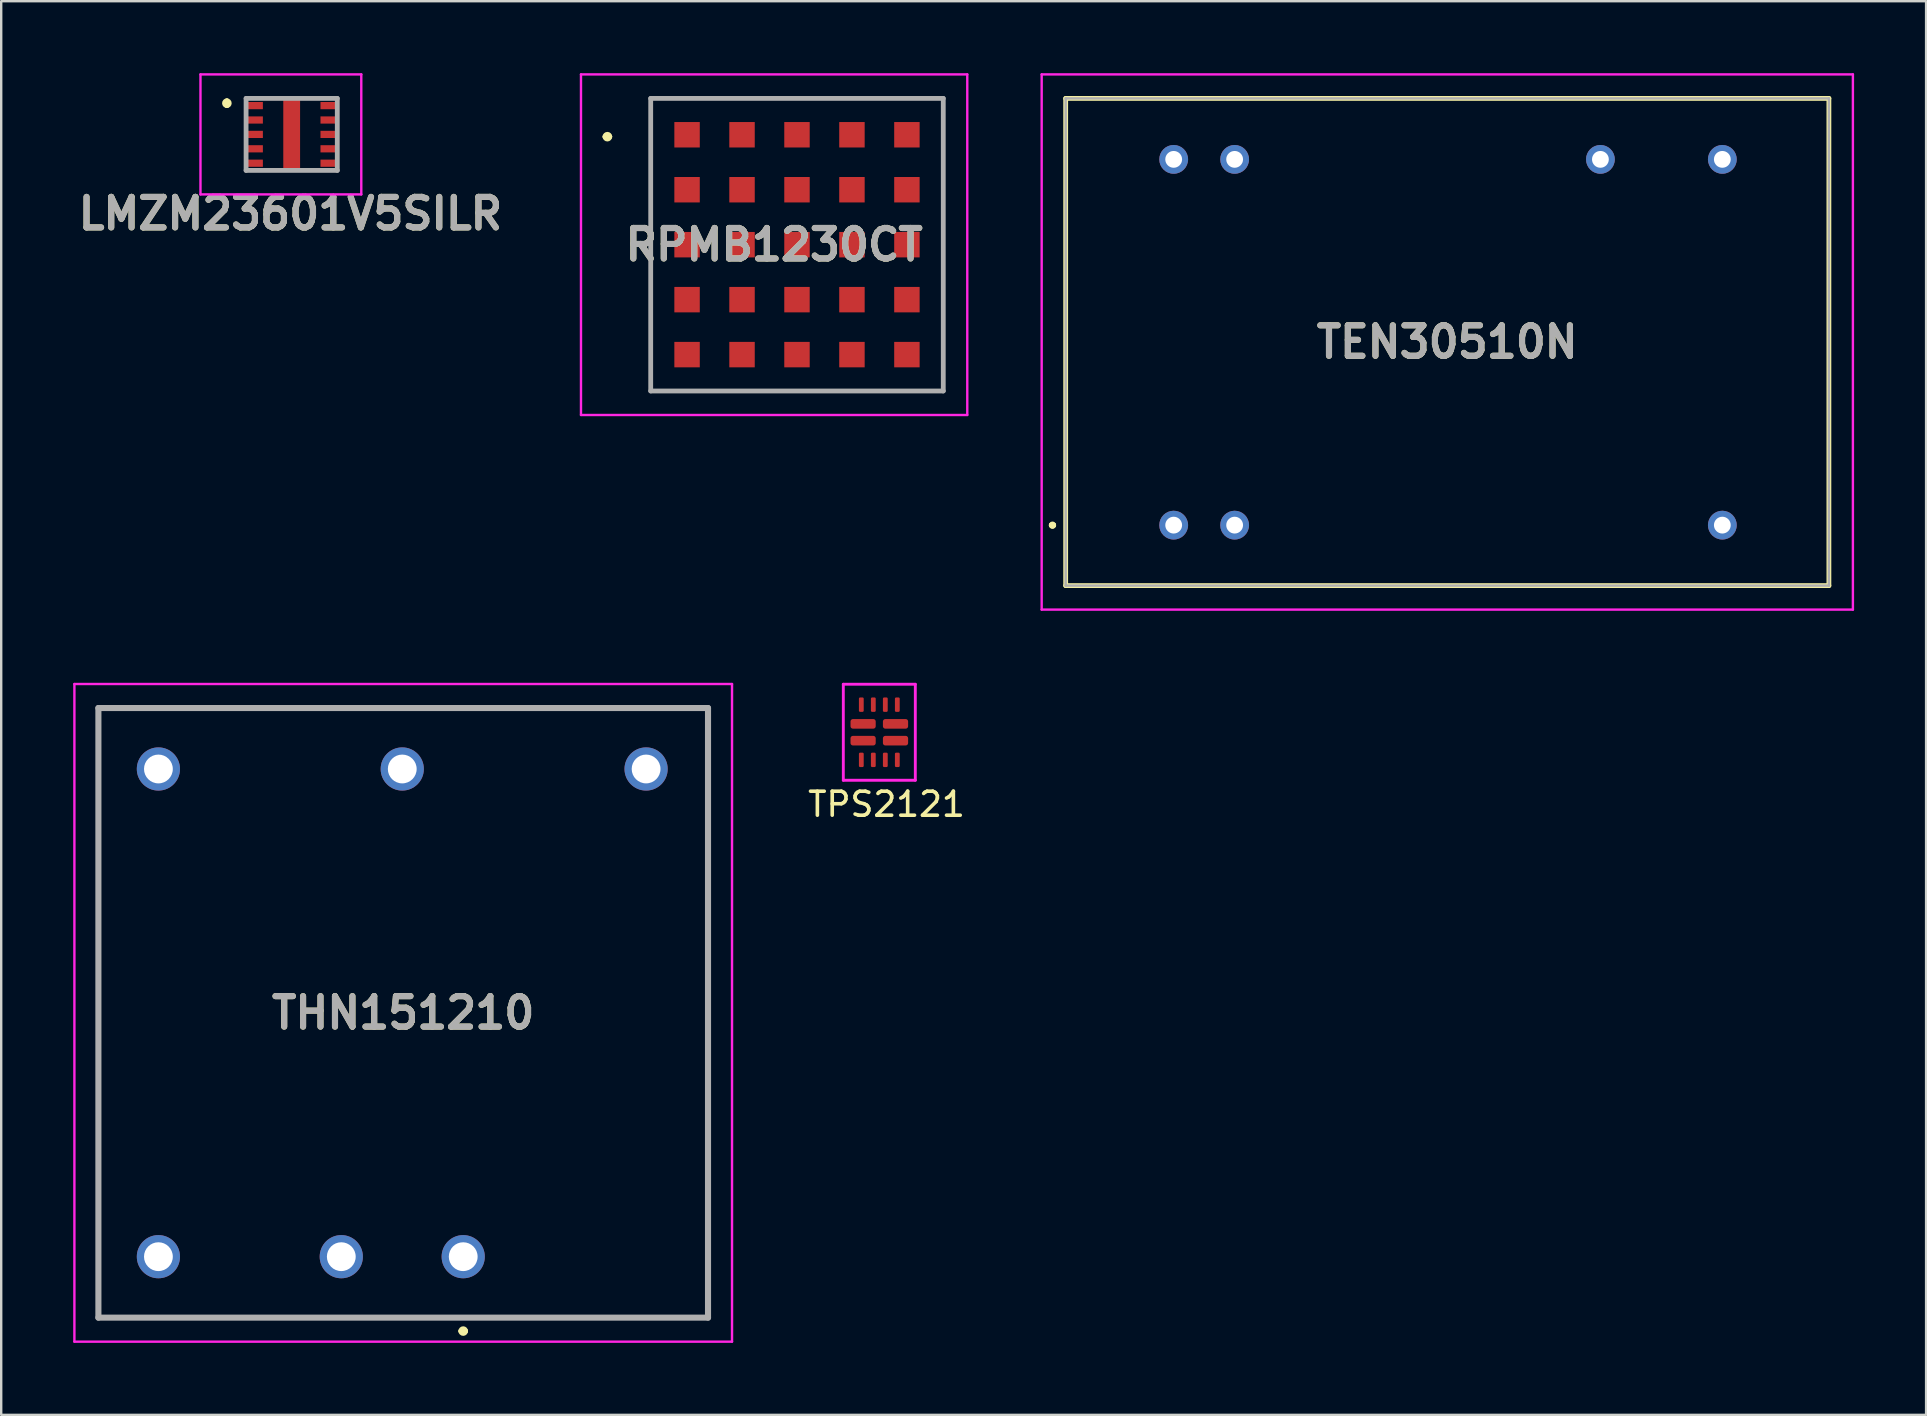
<source format=kicad_pcb>
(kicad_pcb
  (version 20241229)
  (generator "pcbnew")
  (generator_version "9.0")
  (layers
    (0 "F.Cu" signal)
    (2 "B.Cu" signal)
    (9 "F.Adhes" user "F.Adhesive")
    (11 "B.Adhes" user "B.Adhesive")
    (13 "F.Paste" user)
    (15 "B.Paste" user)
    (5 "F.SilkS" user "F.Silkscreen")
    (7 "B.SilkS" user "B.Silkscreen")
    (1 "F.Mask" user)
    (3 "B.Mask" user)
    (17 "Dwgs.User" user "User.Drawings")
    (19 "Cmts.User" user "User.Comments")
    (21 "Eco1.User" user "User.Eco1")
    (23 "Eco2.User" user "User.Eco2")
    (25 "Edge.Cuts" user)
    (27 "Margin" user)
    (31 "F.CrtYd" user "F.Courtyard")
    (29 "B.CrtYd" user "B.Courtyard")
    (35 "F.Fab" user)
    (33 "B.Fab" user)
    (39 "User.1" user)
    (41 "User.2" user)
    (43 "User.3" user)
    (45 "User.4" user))
  (footprint "LMZM23601V5SILR"
    (layer "F.Cu")
    (at 8.653 2.55)
    (property "Reference" "LMZM23601V5SILR" (at 0.4 3.3 0) (layer "F.SilkS") (effects (font (size 1.27 1.27) (thickness 0.254))))
    (attr smd)
    (fp_line (start -2.25 -1.4) (end -2.25 -1.4) (stroke (width 0.2) (type solid)) (layer "F.SilkS"))
    (fp_line (start -2.25 -1.2) (end -2.25 -1.2) (stroke (width 0.2) (type solid)) (layer "F.SilkS"))
    (fp_line (start -0.55 -1.5) (end -0.05 -1.5) (stroke (width 0.1) (type solid)) (layer "F.SilkS"))
    (fp_line (start -0.55 1.5) (end -0.05 1.5) (stroke (width 0.1) (type solid)) (layer "F.SilkS"))
    (fp_line (start 0.95 -1.5) (end 1.45 -1.5) (stroke (width 0.1) (type solid)) (layer "F.SilkS"))
    (fp_line (start 0.95 1.5) (end 1.45 1.5) (stroke (width 0.1) (type solid)) (layer "F.SilkS"))
    (fp_arc (start -2.25 -1.4) (mid -2.15 -1.3) (end -2.25 -1.2) (stroke (width 0.2) (type solid)) (layer "F.SilkS"))
    (fp_arc (start -2.25 -1.2) (mid -2.35 -1.3) (end -2.25 -1.4) (stroke (width 0.2) (type solid)) (layer "F.SilkS"))
    (fp_line (start -3.35 -2.5) (end 3.35 -2.5) (stroke (width 0.1) (type solid)) (layer "F.CrtYd"))
    (fp_line (start -3.35 2.5) (end -3.35 -2.5) (stroke (width 0.1) (type solid)) (layer "F.CrtYd"))
    (fp_line (start 3.35 -2.5) (end 3.35 2.5) (stroke (width 0.1) (type solid)) (layer "F.CrtYd"))
    (fp_line (start 3.35 2.5) (end -3.35 2.5) (stroke (width 0.1) (type solid)) (layer "F.CrtYd"))
    (fp_line (start -1.45 -1.5) (end 2.35 -1.5) (stroke (width 0.2) (type solid)) (layer "F.Fab"))
    (fp_line (start -1.45 1.5) (end -1.45 -1.5) (stroke (width 0.2) (type solid)) (layer "F.Fab"))
    (fp_line (start 2.35 -1.5) (end 2.35 1.5) (stroke (width 0.2) (type solid)) (layer "F.Fab"))
    (fp_line (start 2.35 1.5) (end -1.45 1.5) (stroke (width 0.2) (type solid)) (layer "F.Fab"))
    (fp_text user "${REFERENCE}" (at 0.4 3.3 0) (layer "F.Fab") (effects (font (size 1.27 1.27) (thickness 0.254))))
    (pad "1" smd rect (at -1.075 -1.2 90) (size 0.3 0.65) (layers "F.Cu" "F.Mask" "F.Paste"))
    (pad "2" smd rect (at -1.075 -0.6 90) (size 0.3 0.65) (layers "F.Cu" "F.Mask" "F.Paste"))
    (pad "3" smd rect (at -1.075 0 90) (size 0.3 0.65) (layers "F.Cu" "F.Mask" "F.Paste"))
    (pad "4" smd rect (at -1.075 0.6 90) (size 0.3 0.65) (layers "F.Cu" "F.Mask" "F.Paste"))
    (pad "5" smd rect (at -1.075 1.2 90) (size 0.3 0.65) (layers "F.Cu" "F.Mask" "F.Paste"))
    (pad "6" smd rect (at 1.975 1.2 90) (size 0.3 0.65) (layers "F.Cu" "F.Mask" "F.Paste"))
    (pad "7" smd rect (at 1.975 0.6 90) (size 0.3 0.65) (layers "F.Cu" "F.Mask" "F.Paste"))
    (pad "8" smd rect (at 1.975 0 90) (size 0.3 0.65) (layers "F.Cu" "F.Mask" "F.Paste"))
    (pad "9" smd rect (at 1.975 -0.6 90) (size 0.3 0.65) (layers "F.Cu" "F.Mask" "F.Paste"))
    (pad "10" smd rect (at 1.975 -1.2 90) (size 0.3 0.65) (layers "F.Cu" "F.Mask" "F.Paste"))
    (pad "11" smd rect (at 0.45 0) (size 0.7 2.9) (layers "F.Cu" "F.Mask" "F.Paste")))
  (footprint "TPS2121"
    (layer "F.Cu")
    (at 33.587 27.46)
    (property "Reference" "TPS2121" (at 0.3 3 0) (layer "F.SilkS") (effects (font (size 1 1) (thickness 0.15))))
    (attr through_hole)
    (fp_line (start -1.5 -2) (end 1.5 -2) (stroke (width 0.12) (type solid)) (layer "F.CrtYd"))
    (fp_line (start -1.5 2) (end -1.5 -2) (stroke (width 0.12) (type solid)) (layer "F.CrtYd"))
    (fp_line (start 1.5 -2) (end 1.5 2) (stroke (width 0.12) (type solid)) (layer "F.CrtYd"))
    (fp_line (start 1.5 2) (end -1.5 2) (stroke (width 0.12) (type solid)) (layer "F.CrtYd"))
    (pad "1" smd roundrect (at -0.675 -0.35) (size 1.05 0.4) (layers "F.Cu" "F.Mask" "F.Paste") (roundrect_rratio 0.25))
    (pad "2" smd roundrect (at -0.675 0.35) (size 1.05 0.4) (layers "F.Cu" "F.Mask" "F.Paste") (roundrect_rratio 0.25))
    (pad "3" smd roundrect (at -0.75 1.15) (size 0.2 0.6) (layers "F.Cu" "F.Mask" "F.Paste") (roundrect_rratio 0.25))
    (pad "4" smd roundrect (at -0.25 1.15) (size 0.2 0.6) (layers "F.Cu" "F.Mask" "F.Paste") (roundrect_rratio 0.25))
    (pad "5" smd roundrect (at 0.25 1.15) (size 0.2 0.6) (layers "F.Cu" "F.Mask" "F.Paste") (roundrect_rratio 0.25))
    (pad "6" smd roundrect (at 0.75 1.15) (size 0.2 0.6) (layers "F.Cu" "F.Mask" "F.Paste") (roundrect_rratio 0.25))
    (pad "7" smd roundrect (at 0.675 0.35) (size 1.05 0.4) (layers "F.Cu" "F.Mask" "F.Paste") (roundrect_rratio 0.25))
    (pad "8" smd roundrect (at 0.675 -0.35) (size 1.05 0.4) (layers "F.Cu" "F.Mask" "F.Paste") (roundrect_rratio 0.25))
    (pad "9" smd roundrect (at 0.75 -1.15) (size 0.2 0.6) (layers "F.Cu" "F.Mask" "F.Paste") (roundrect_rratio 0.25))
    (pad "10" smd roundrect (at 0.25 -1.15) (size 0.2 0.6) (layers "F.Cu" "F.Mask" "F.Paste") (roundrect_rratio 0.25))
    (pad "11" smd roundrect (at -0.25 -1.15) (size 0.2 0.6) (layers "F.Cu" "F.Mask" "F.Paste") (roundrect_rratio 0.25))
    (pad "12" smd roundrect (at -0.75 -1.15) (size 0.2 0.6) (layers "F.Cu" "F.Mask" "F.Paste") (roundrect_rratio 0.25)))
  (footprint "THN151210"
    (layer "F.Cu")
    (at 16.25 49.31)
    (property "Reference" "THN151210" (at -2.5 -10.16 0) (layer "F.SilkS") (effects (font (size 1.27 1.27) (thickness 0.254))))
    (attr through_hole)
    (fp_line (start -15.2 -22.86) (end 10.16 -22.86) (stroke (width 0.1) (type solid)) (layer "F.SilkS"))
    (fp_line (start -15.2 2.54) (end -15.2 -22.86) (stroke (width 0.1) (type solid)) (layer "F.SilkS"))
    (fp_line (start -0.1 3.1) (end -0.1 3.1) (stroke (width 0.2) (type solid)) (layer "F.SilkS"))
    (fp_line (start 0.1 3.1) (end 0.1 3.1) (stroke (width 0.2) (type solid)) (layer "F.SilkS"))
    (fp_line (start 10.16 -22.86) (end 10.16 2.54) (stroke (width 0.1) (type solid)) (layer "F.SilkS"))
    (fp_line (start 10.16 2.54) (end -15.2 2.54) (stroke (width 0.1) (type solid)) (layer "F.SilkS"))
    (fp_arc (start -0.1 3.1) (mid 0 3) (end 0.1 3.1) (stroke (width 0.2) (type solid)) (layer "F.SilkS"))
    (fp_arc (start 0.1 3.1) (mid 0 3.2) (end -0.1 3.1) (stroke (width 0.2) (type solid)) (layer "F.SilkS"))
    (fp_line (start -16.2 -23.86) (end 11.2 -23.86) (stroke (width 0.1) (type solid)) (layer "F.CrtYd"))
    (fp_line (start -16.2 3.54) (end -16.2 -23.86) (stroke (width 0.1) (type solid)) (layer "F.CrtYd"))
    (fp_line (start 11.2 -23.86) (end 11.2 3.54) (stroke (width 0.1) (type solid)) (layer "F.CrtYd"))
    (fp_line (start 11.2 3.54) (end -16.2 3.54) (stroke (width 0.1) (type solid)) (layer "F.CrtYd"))
    (fp_line (start -15.2 -22.86) (end 10.2 -22.86) (stroke (width 0.254) (type solid)) (layer "F.Fab"))
    (fp_line (start -15.2 2.54) (end -15.2 -22.86) (stroke (width 0.254) (type solid)) (layer "F.Fab"))
    (fp_line (start 10.2 -22.86) (end 10.2 2.54) (stroke (width 0.254) (type solid)) (layer "F.Fab"))
    (fp_line (start 10.2 2.54) (end -15.2 2.54) (stroke (width 0.254) (type solid)) (layer "F.Fab"))
    (fp_text user "${REFERENCE}" (at -2.5 -10.16 0) (layer "F.Fab") (effects (font (size 1.27 1.27) (thickness 0.254))))
    (pad "1" thru_hole circle (at 0 0) (size 1.8 1.8) (drill 1.2) (layers "*.Cu" "*.Mask"))
    (pad "2" thru_hole circle (at -5.08 0) (size 1.8 1.8) (drill 1.2) (layers "*.Cu" "*.Mask"))
    (pad "3" thru_hole circle (at 7.62 -20.32) (size 1.8 1.8) (drill 1.2) (layers "*.Cu" "*.Mask"))
    (pad "4" thru_hole circle (at -2.54 -20.32) (size 1.8 1.8) (drill 1.2) (layers "*.Cu" "*.Mask"))
    (pad "5" thru_hole circle (at -12.7 -20.32) (size 1.8 1.8) (drill 1.2) (layers "*.Cu" "*.Mask"))
    (pad "6" thru_hole circle (at -12.7 0) (size 1.8 1.8) (drill 1.2) (layers "*.Cu" "*.Mask")))
  (footprint "TEN30510N"
    (layer "F.Cu")
    (at 45.852 18.83)
    (property "Reference" "TEN30510N" (at 11.4 -7.63 0) (layer "F.SilkS") (effects (font (size 1.27 1.27) (thickness 0.254))))
    (attr through_hole)
    (fp_line (start -5.1 0) (end -5.1 0) (stroke (width 0.2) (type solid)) (layer "F.SilkS"))
    (fp_line (start -5.1 0) (end -5.1 0) (stroke (width 0.2) (type solid)) (layer "F.SilkS"))
    (fp_line (start -5 0) (end -5 0) (stroke (width 0.2) (type solid)) (layer "F.SilkS"))
    (fp_line (start -4.5 -17.78) (end -4.5 2.52) (stroke (width 0.2) (type solid)) (layer "F.SilkS"))
    (fp_line (start -4.5 2.52) (end 27.3 2.52) (stroke (width 0.2) (type solid)) (layer "F.SilkS"))
    (fp_line (start 27.3 -17.78) (end -4.5 -17.78) (stroke (width 0.2) (type solid)) (layer "F.SilkS"))
    (fp_line (start 27.3 2.52) (end 27.3 -17.78) (stroke (width 0.2) (type solid)) (layer "F.SilkS"))
    (fp_arc (start -5.1 0) (mid -5.05 -0.05) (end -5 0) (stroke (width 0.2) (type solid)) (layer "F.SilkS"))
    (fp_arc (start -5 0) (mid -5.05 0.05) (end -5.1 0) (stroke (width 0.2) (type solid)) (layer "F.SilkS"))
    (fp_arc (start -5 0) (mid -5.05 0.05) (end -5.1 0) (stroke (width 0.2) (type solid)) (layer "F.SilkS"))
    (fp_line (start -5.5 -18.78) (end -5.5 3.52) (stroke (width 0.1) (type solid)) (layer "F.CrtYd"))
    (fp_line (start -5.5 3.52) (end 28.3 3.52) (stroke (width 0.1) (type solid)) (layer "F.CrtYd"))
    (fp_line (start 28.3 -18.78) (end -5.5 -18.78) (stroke (width 0.1) (type solid)) (layer "F.CrtYd"))
    (fp_line (start 28.3 3.52) (end 28.3 -18.78) (stroke (width 0.1) (type solid)) (layer "F.CrtYd"))
    (fp_line (start -4.5 -17.78) (end 27.3 -17.78) (stroke (width 0.1) (type solid)) (layer "F.Fab"))
    (fp_line (start -4.5 2.52) (end -4.5 -17.78) (stroke (width 0.1) (type solid)) (layer "F.Fab"))
    (fp_line (start 27.3 -17.78) (end 27.3 2.52) (stroke (width 0.1) (type solid)) (layer "F.Fab"))
    (fp_line (start 27.3 2.52) (end -4.5 2.52) (stroke (width 0.1) (type solid)) (layer "F.Fab"))
    (fp_text user "${REFERENCE}" (at 11.4 -7.63 0) (layer "F.Fab") (effects (font (size 1.27 1.27) (thickness 0.254))))
    (pad "2" thru_hole circle (at 0 0) (size 1.2 1.2) (drill 0.7) (layers "*.Cu" "*.Mask"))
    (pad "3" thru_hole circle (at 2.54 0) (size 1.2 1.2) (drill 0.7) (layers "*.Cu" "*.Mask"))
    (pad "11" thru_hole circle (at 22.86 0) (size 1.2 1.2) (drill 0.7) (layers "*.Cu" "*.Mask"))
    (pad "14" thru_hole circle (at 22.86 -15.24) (size 1.2 1.2) (drill 0.7) (layers "*.Cu" "*.Mask"))
    (pad "16" thru_hole circle (at 17.78 -15.24) (size 1.2 1.2) (drill 0.7) (layers "*.Cu" "*.Mask"))
    (pad "22" thru_hole circle (at 2.54 -15.24) (size 1.2 1.2) (drill 0.7) (layers "*.Cu" "*.Mask"))
    (pad "23" thru_hole circle (at 0 -15.24) (size 1.2 1.2) (drill 0.7) (layers "*.Cu" "*.Mask")))
  (footprint "RPMB1230CT"
    (layer "F.Cu")
    (at 30.157 7.145)
    (property "Reference" "RPMB1230CT" (at -0.953 0 0) (layer "F.SilkS") (effects (font (size 1.27 1.27) (thickness 0.254))))
    (attr smd)
    (fp_line (start -8 -4.5) (end -8 -4.5) (stroke (width 0.2) (type solid)) (layer "F.SilkS"))
    (fp_line (start -7.8 -4.5) (end -7.8 -4.5) (stroke (width 0.2) (type solid)) (layer "F.SilkS"))
    (fp_line (start -6.095 -6.095) (end 6.095 -6.095) (stroke (width 0.1) (type solid)) (layer "F.SilkS"))
    (fp_line (start -6.095 6.095) (end -6.095 -6.095) (stroke (width 0.1) (type solid)) (layer "F.SilkS"))
    (fp_line (start 6.095 -6.095) (end 6.095 6.095) (stroke (width 0.1) (type solid)) (layer "F.SilkS"))
    (fp_line (start 6.095 6.095) (end -6.095 6.095) (stroke (width 0.1) (type solid)) (layer "F.SilkS"))
    (fp_arc (start -8 -4.5) (mid -7.9 -4.6) (end -7.8 -4.5) (stroke (width 0.2) (type solid)) (layer "F.SilkS"))
    (fp_arc (start -7.8 -4.5) (mid -7.9 -4.4) (end -8 -4.5) (stroke (width 0.2) (type solid)) (layer "F.SilkS"))
    (fp_line (start -9 -7.095) (end 7.095 -7.095) (stroke (width 0.1) (type solid)) (layer "F.CrtYd"))
    (fp_line (start -9 7.095) (end -9 -7.095) (stroke (width 0.1) (type solid)) (layer "F.CrtYd"))
    (fp_line (start 7.095 -7.095) (end 7.095 7.095) (stroke (width 0.1) (type solid)) (layer "F.CrtYd"))
    (fp_line (start 7.095 7.095) (end -9 7.095) (stroke (width 0.1) (type solid)) (layer "F.CrtYd"))
    (fp_line (start -6.095 -6.095) (end 6.095 -6.095) (stroke (width 0.2) (type solid)) (layer "F.Fab"))
    (fp_line (start -6.095 6.095) (end -6.095 -6.095) (stroke (width 0.2) (type solid)) (layer "F.Fab"))
    (fp_line (start 6.095 -6.095) (end 6.095 6.095) (stroke (width 0.2) (type solid)) (layer "F.Fab"))
    (fp_line (start 6.095 6.095) (end -6.095 6.095) (stroke (width 0.2) (type solid)) (layer "F.Fab"))
    (fp_text user "${REFERENCE}" (at -0.953 0 0) (layer "F.Fab") (effects (font (size 1.27 1.27) (thickness 0.254))))
    (pad "A1" smd rect (at -4.58 -4.58) (size 1.06 1.06) (layers "F.Cu" "F.Mask" "F.Paste"))
    (pad "A2" smd rect (at -2.29 -4.58) (size 1.06 1.06) (layers "F.Cu" "F.Mask" "F.Paste"))
    (pad "A3" smd rect (at 0 -4.58) (size 1.06 1.06) (layers "F.Cu" "F.Mask" "F.Paste"))
    (pad "A4" smd rect (at 2.29 -4.58) (size 1.06 1.06) (layers "F.Cu" "F.Mask" "F.Paste"))
    (pad "A5" smd rect (at 4.58 -4.58) (size 1.06 1.06) (layers "F.Cu" "F.Mask" "F.Paste"))
    (pad "B1" smd rect (at -4.58 -2.29) (size 1.06 1.06) (layers "F.Cu" "F.Mask" "F.Paste"))
    (pad "B2" smd rect (at -2.29 -2.29) (size 1.06 1.06) (layers "F.Cu" "F.Mask" "F.Paste"))
    (pad "B3" smd rect (at 0 -2.29) (size 1.06 1.06) (layers "F.Cu" "F.Mask" "F.Paste"))
    (pad "B4" smd rect (at 2.29 -2.29) (size 1.06 1.06) (layers "F.Cu" "F.Mask" "F.Paste"))
    (pad "B5" smd rect (at 4.58 -2.29) (size 1.06 1.06) (layers "F.Cu" "F.Mask" "F.Paste"))
    (pad "C1" smd rect (at -4.58 0) (size 1.06 1.06) (layers "F.Cu" "F.Mask" "F.Paste"))
    (pad "C2" smd rect (at -2.29 0) (size 1.06 1.06) (layers "F.Cu" "F.Mask" "F.Paste"))
    (pad "C3" smd rect (at 0 0) (size 1.06 1.06) (layers "F.Cu" "F.Mask" "F.Paste"))
    (pad "C4" smd rect (at 2.29 0) (size 1.06 1.06) (layers "F.Cu" "F.Mask" "F.Paste"))
    (pad "C5" smd rect (at 4.58 0) (size 1.06 1.06) (layers "F.Cu" "F.Mask" "F.Paste"))
    (pad "D1" smd rect (at -4.58 2.29) (size 1.06 1.06) (layers "F.Cu" "F.Mask" "F.Paste"))
    (pad "D2" smd rect (at -2.29 2.29) (size 1.06 1.06) (layers "F.Cu" "F.Mask" "F.Paste"))
    (pad "D3" smd rect (at 0 2.29) (size 1.06 1.06) (layers "F.Cu" "F.Mask" "F.Paste"))
    (pad "D4" smd rect (at 2.29 2.29) (size 1.06 1.06) (layers "F.Cu" "F.Mask" "F.Paste"))
    (pad "D5" smd rect (at 4.58 2.29) (size 1.06 1.06) (layers "F.Cu" "F.Mask" "F.Paste"))
    (pad "E1" smd rect (at -4.58 4.58) (size 1.06 1.06) (layers "F.Cu" "F.Mask" "F.Paste"))
    (pad "E2" smd rect (at -2.29 4.58) (size 1.06 1.06) (layers "F.Cu" "F.Mask" "F.Paste"))
    (pad "E3" smd rect (at 0 4.58) (size 1.06 1.06) (layers "F.Cu" "F.Mask" "F.Paste"))
    (pad "E4" smd rect (at 2.29 4.58) (size 1.06 1.06) (layers "F.Cu" "F.Mask" "F.Paste"))
    (pad "E5" smd rect (at 4.58 4.58) (size 1.06 1.06) (layers "F.Cu" "F.Mask" "F.Paste")))
  (gr_rect
    (start -3 -3)
    (end 77.202 55.9)
    (stroke (width 0.1) (type default))
    (fill no)
    (layer "Edge.Cuts")))
</source>
